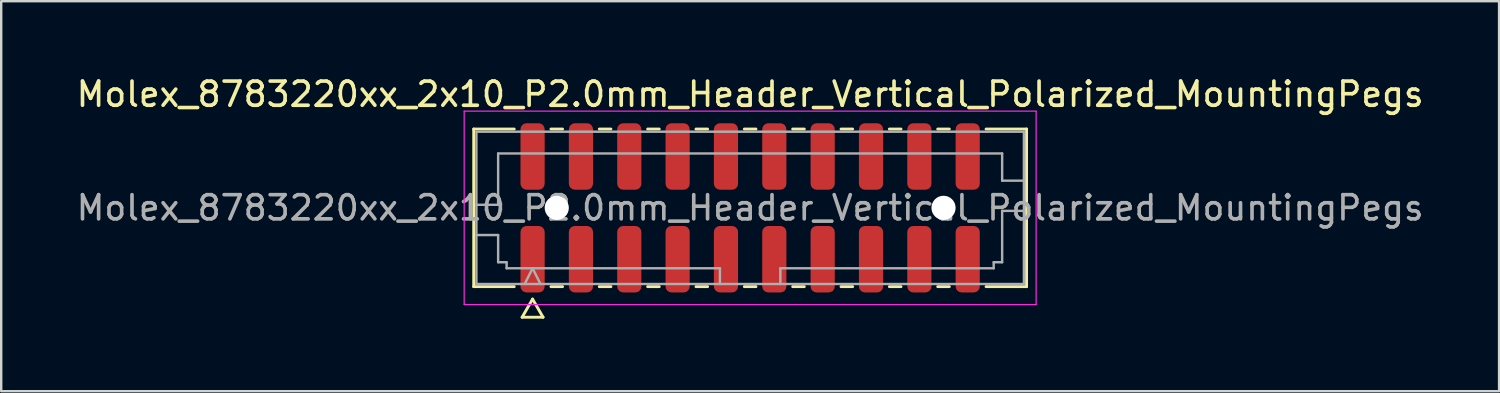
<source format=kicad_pcb>
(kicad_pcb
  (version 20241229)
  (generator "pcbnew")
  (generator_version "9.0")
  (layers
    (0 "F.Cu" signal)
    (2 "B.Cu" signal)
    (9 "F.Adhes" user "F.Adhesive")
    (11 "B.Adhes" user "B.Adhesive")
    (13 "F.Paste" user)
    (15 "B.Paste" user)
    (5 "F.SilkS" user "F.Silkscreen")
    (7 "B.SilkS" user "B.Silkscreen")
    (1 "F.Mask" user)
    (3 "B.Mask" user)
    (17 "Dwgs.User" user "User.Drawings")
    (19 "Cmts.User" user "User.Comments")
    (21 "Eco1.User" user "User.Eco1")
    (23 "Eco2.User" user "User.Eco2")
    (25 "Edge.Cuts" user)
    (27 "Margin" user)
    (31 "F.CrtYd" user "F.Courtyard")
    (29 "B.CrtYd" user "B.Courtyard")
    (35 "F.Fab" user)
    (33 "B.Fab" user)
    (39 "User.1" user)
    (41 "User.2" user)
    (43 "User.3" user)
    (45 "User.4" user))
  (footprint "Molex_8783220xx_2x10_P2.0mm_Header_Vertical_Polarized_MountingPegs"
    (layer "F.Cu")
    (at 27.982 5.548)
    (property "Reference" "Molex_8783220xx_2x10_P2.0mm_Header_Vertical_Polarized_MountingPegs" (at 0 -4.7 0) (layer "F.SilkS") (effects (font (size 1 1) (thickness 0.15))))
    (attr smd)
    (fp_line (start -11.435 -3.26) (end -9.76 -3.26) (stroke (width 0.12) (type solid)) (layer "F.SilkS"))
    (fp_line (start -11.435 3.26) (end -11.435 -3.26) (stroke (width 0.12) (type solid)) (layer "F.SilkS"))
    (fp_line (start -9.76 3.26) (end -11.435 3.26) (stroke (width 0.12) (type solid)) (layer "F.SilkS"))
    (fp_line (start -9.433 4.525) (end -9 3.775) (stroke (width 0.12) (type solid)) (layer "F.SilkS"))
    (fp_line (start -9 3.775) (end -8.567 4.525) (stroke (width 0.12) (type solid)) (layer "F.SilkS"))
    (fp_line (start -8.567 4.525) (end -9.433 4.525) (stroke (width 0.12) (type solid)) (layer "F.SilkS"))
    (fp_line (start -8.24 -3.26) (end -7.76 -3.26) (stroke (width 0.12) (type solid)) (layer "F.SilkS"))
    (fp_line (start -7.76 3.26) (end -8.24 3.26) (stroke (width 0.12) (type solid)) (layer "F.SilkS"))
    (fp_line (start -6.24 -3.26) (end -5.76 -3.26) (stroke (width 0.12) (type solid)) (layer "F.SilkS"))
    (fp_line (start -5.76 3.26) (end -6.24 3.26) (stroke (width 0.12) (type solid)) (layer "F.SilkS"))
    (fp_line (start -4.24 -3.26) (end -3.76 -3.26) (stroke (width 0.12) (type solid)) (layer "F.SilkS"))
    (fp_line (start -3.76 3.26) (end -4.24 3.26) (stroke (width 0.12) (type solid)) (layer "F.SilkS"))
    (fp_line (start -2.24 -3.26) (end -1.76 -3.26) (stroke (width 0.12) (type solid)) (layer "F.SilkS"))
    (fp_line (start -1.76 3.26) (end -2.24 3.26) (stroke (width 0.12) (type solid)) (layer "F.SilkS"))
    (fp_line (start -0.24 -3.26) (end 0.24 -3.26) (stroke (width 0.12) (type solid)) (layer "F.SilkS"))
    (fp_line (start 0.24 3.26) (end -0.24 3.26) (stroke (width 0.12) (type solid)) (layer "F.SilkS"))
    (fp_line (start 1.76 -3.26) (end 2.24 -3.26) (stroke (width 0.12) (type solid)) (layer "F.SilkS"))
    (fp_line (start 2.24 3.26) (end 1.76 3.26) (stroke (width 0.12) (type solid)) (layer "F.SilkS"))
    (fp_line (start 3.76 -3.26) (end 4.24 -3.26) (stroke (width 0.12) (type solid)) (layer "F.SilkS"))
    (fp_line (start 4.24 3.26) (end 3.76 3.26) (stroke (width 0.12) (type solid)) (layer "F.SilkS"))
    (fp_line (start 5.76 -3.26) (end 6.24 -3.26) (stroke (width 0.12) (type solid)) (layer "F.SilkS"))
    (fp_line (start 6.24 3.26) (end 5.76 3.26) (stroke (width 0.12) (type solid)) (layer "F.SilkS"))
    (fp_line (start 7.76 -3.26) (end 8.24 -3.26) (stroke (width 0.12) (type solid)) (layer "F.SilkS"))
    (fp_line (start 8.24 3.26) (end 7.76 3.26) (stroke (width 0.12) (type solid)) (layer "F.SilkS"))
    (fp_line (start 9.76 -3.26) (end 11.435 -3.26) (stroke (width 0.12) (type solid)) (layer "F.SilkS"))
    (fp_line (start 11.435 -3.26) (end 11.435 3.26) (stroke (width 0.12) (type solid)) (layer "F.SilkS"))
    (fp_line (start 11.435 3.26) (end 9.76 3.26) (stroke (width 0.12) (type solid)) (layer "F.SilkS"))
    (fp_line (start -11.83 -4) (end -11.83 4) (stroke (width 0.05) (type solid)) (layer "F.CrtYd"))
    (fp_line (start -11.83 4) (end 11.83 4) (stroke (width 0.05) (type solid)) (layer "F.CrtYd"))
    (fp_line (start 11.83 -4) (end -11.83 -4) (stroke (width 0.05) (type solid)) (layer "F.CrtYd"))
    (fp_line (start 11.83 4) (end 11.83 -4) (stroke (width 0.05) (type solid)) (layer "F.CrtYd"))
    (fp_line (start -11.325 -3.15) (end 11.325 -3.15) (stroke (width 0.1) (type solid)) (layer "F.Fab"))
    (fp_line (start -11.325 -0.125) (end -10.425 -0.125) (stroke (width 0.1) (type solid)) (layer "F.Fab"))
    (fp_line (start -11.325 1.125) (end -10.425 1.125) (stroke (width 0.1) (type solid)) (layer "F.Fab"))
    (fp_line (start -11.325 3.15) (end -11.325 -3.15) (stroke (width 0.1) (type solid)) (layer "F.Fab"))
    (fp_line (start -10.425 -2.25) (end 10.425 -2.25) (stroke (width 0.1) (type solid)) (layer "F.Fab"))
    (fp_line (start -10.425 -0.125) (end -10.425 -2.25) (stroke (width 0.1) (type solid)) (layer "F.Fab"))
    (fp_line (start -10.425 1.125) (end -10.425 2.25) (stroke (width 0.1) (type solid)) (layer "F.Fab"))
    (fp_line (start -10.425 2.25) (end -10.075 2.25) (stroke (width 0.1) (type solid)) (layer "F.Fab"))
    (fp_line (start -10.075 2.25) (end -10.075 2.5) (stroke (width 0.1) (type solid)) (layer "F.Fab"))
    (fp_line (start -10.075 2.5) (end -1.25 2.5) (stroke (width 0.1) (type solid)) (layer "F.Fab"))
    (fp_line (start -9.325 3.15) (end -9 2.5) (stroke (width 0.1) (type solid)) (layer "F.Fab"))
    (fp_line (start -9 2.5) (end -8.675 3.15) (stroke (width 0.1) (type solid)) (layer "F.Fab"))
    (fp_line (start -1.25 2.5) (end -1.25 3.15) (stroke (width 0.1) (type solid)) (layer "F.Fab"))
    (fp_line (start 1.25 2.5) (end 1.25 3.15) (stroke (width 0.1) (type solid)) (layer "F.Fab"))
    (fp_line (start 1.25 2.5) (end 10.075 2.5) (stroke (width 0.1) (type solid)) (layer "F.Fab"))
    (fp_line (start 10.075 2.25) (end 10.425 2.25) (stroke (width 0.1) (type solid)) (layer "F.Fab"))
    (fp_line (start 10.075 2.5) (end 10.075 2.25) (stroke (width 0.1) (type solid)) (layer "F.Fab"))
    (fp_line (start 10.425 -2.25) (end 10.425 -1.125) (stroke (width 0.1) (type solid)) (layer "F.Fab"))
    (fp_line (start 10.425 -1.125) (end 11.325 -1.125) (stroke (width 0.1) (type solid)) (layer "F.Fab"))
    (fp_line (start 10.425 0.125) (end 11.325 0.125) (stroke (width 0.1) (type solid)) (layer "F.Fab"))
    (fp_line (start 10.425 2.25) (end 10.425 0.125) (stroke (width 0.1) (type solid)) (layer "F.Fab"))
    (fp_line (start 11.325 -3.15) (end 11.325 3.15) (stroke (width 0.1) (type solid)) (layer "F.Fab"))
    (fp_line (start 11.325 3.15) (end -11.325 3.15) (stroke (width 0.1) (type solid)) (layer "F.Fab"))
    (fp_text user "${REFERENCE}" (at 0 0 0) (layer "F.Fab") (effects (font (size 1 1) (thickness 0.15))))
    (pad "" np_thru_hole circle (at -8 0) (size 1 1) (drill 1) (layers "*.Cu" "*.Mask"))
    (pad "" np_thru_hole circle (at 8 0) (size 1 1) (drill 1) (layers "*.Cu" "*.Mask"))
    (pad "1" smd roundrect (at -9 2.125) (size 1 2.75) (layers "F.Cu" "F.Mask" "F.Paste") (roundrect_rratio 0.25))
    (pad "2" smd roundrect (at -9 -2.125) (size 1 2.75) (layers "F.Cu" "F.Mask" "F.Paste") (roundrect_rratio 0.25))
    (pad "3" smd roundrect (at -7 2.125) (size 1 2.75) (layers "F.Cu" "F.Mask" "F.Paste") (roundrect_rratio 0.25))
    (pad "4" smd roundrect (at -7 -2.125) (size 1 2.75) (layers "F.Cu" "F.Mask" "F.Paste") (roundrect_rratio 0.25))
    (pad "5" smd roundrect (at -5 2.125) (size 1 2.75) (layers "F.Cu" "F.Mask" "F.Paste") (roundrect_rratio 0.25))
    (pad "6" smd roundrect (at -5 -2.125) (size 1 2.75) (layers "F.Cu" "F.Mask" "F.Paste") (roundrect_rratio 0.25))
    (pad "7" smd roundrect (at -3 2.125) (size 1 2.75) (layers "F.Cu" "F.Mask" "F.Paste") (roundrect_rratio 0.25))
    (pad "8" smd roundrect (at -3 -2.125) (size 1 2.75) (layers "F.Cu" "F.Mask" "F.Paste") (roundrect_rratio 0.25))
    (pad "9" smd roundrect (at -1 2.125) (size 1 2.75) (layers "F.Cu" "F.Mask" "F.Paste") (roundrect_rratio 0.25))
    (pad "10" smd roundrect (at -1 -2.125) (size 1 2.75) (layers "F.Cu" "F.Mask" "F.Paste") (roundrect_rratio 0.25))
    (pad "11" smd roundrect (at 1 2.125) (size 1 2.75) (layers "F.Cu" "F.Mask" "F.Paste") (roundrect_rratio 0.25))
    (pad "12" smd roundrect (at 1 -2.125) (size 1 2.75) (layers "F.Cu" "F.Mask" "F.Paste") (roundrect_rratio 0.25))
    (pad "13" smd roundrect (at 3 2.125) (size 1 2.75) (layers "F.Cu" "F.Mask" "F.Paste") (roundrect_rratio 0.25))
    (pad "14" smd roundrect (at 3 -2.125) (size 1 2.75) (layers "F.Cu" "F.Mask" "F.Paste") (roundrect_rratio 0.25))
    (pad "15" smd roundrect (at 5 2.125) (size 1 2.75) (layers "F.Cu" "F.Mask" "F.Paste") (roundrect_rratio 0.25))
    (pad "16" smd roundrect (at 5 -2.125) (size 1 2.75) (layers "F.Cu" "F.Mask" "F.Paste") (roundrect_rratio 0.25))
    (pad "17" smd roundrect (at 7 2.125) (size 1 2.75) (layers "F.Cu" "F.Mask" "F.Paste") (roundrect_rratio 0.25))
    (pad "18" smd roundrect (at 7 -2.125) (size 1 2.75) (layers "F.Cu" "F.Mask" "F.Paste") (roundrect_rratio 0.25))
    (pad "19" smd roundrect (at 9 2.125) (size 1 2.75) (layers "F.Cu" "F.Mask" "F.Paste") (roundrect_rratio 0.25))
    (pad "20" smd roundrect (at 9 -2.125) (size 1 2.75) (layers "F.Cu" "F.Mask" "F.Paste") (roundrect_rratio 0.25)))
  (gr_rect
    (start -3 -3)
    (end 58.964 13.133)
    (stroke (width 0.1) (type default))
    (fill no)
    (layer "Edge.Cuts")))
</source>
